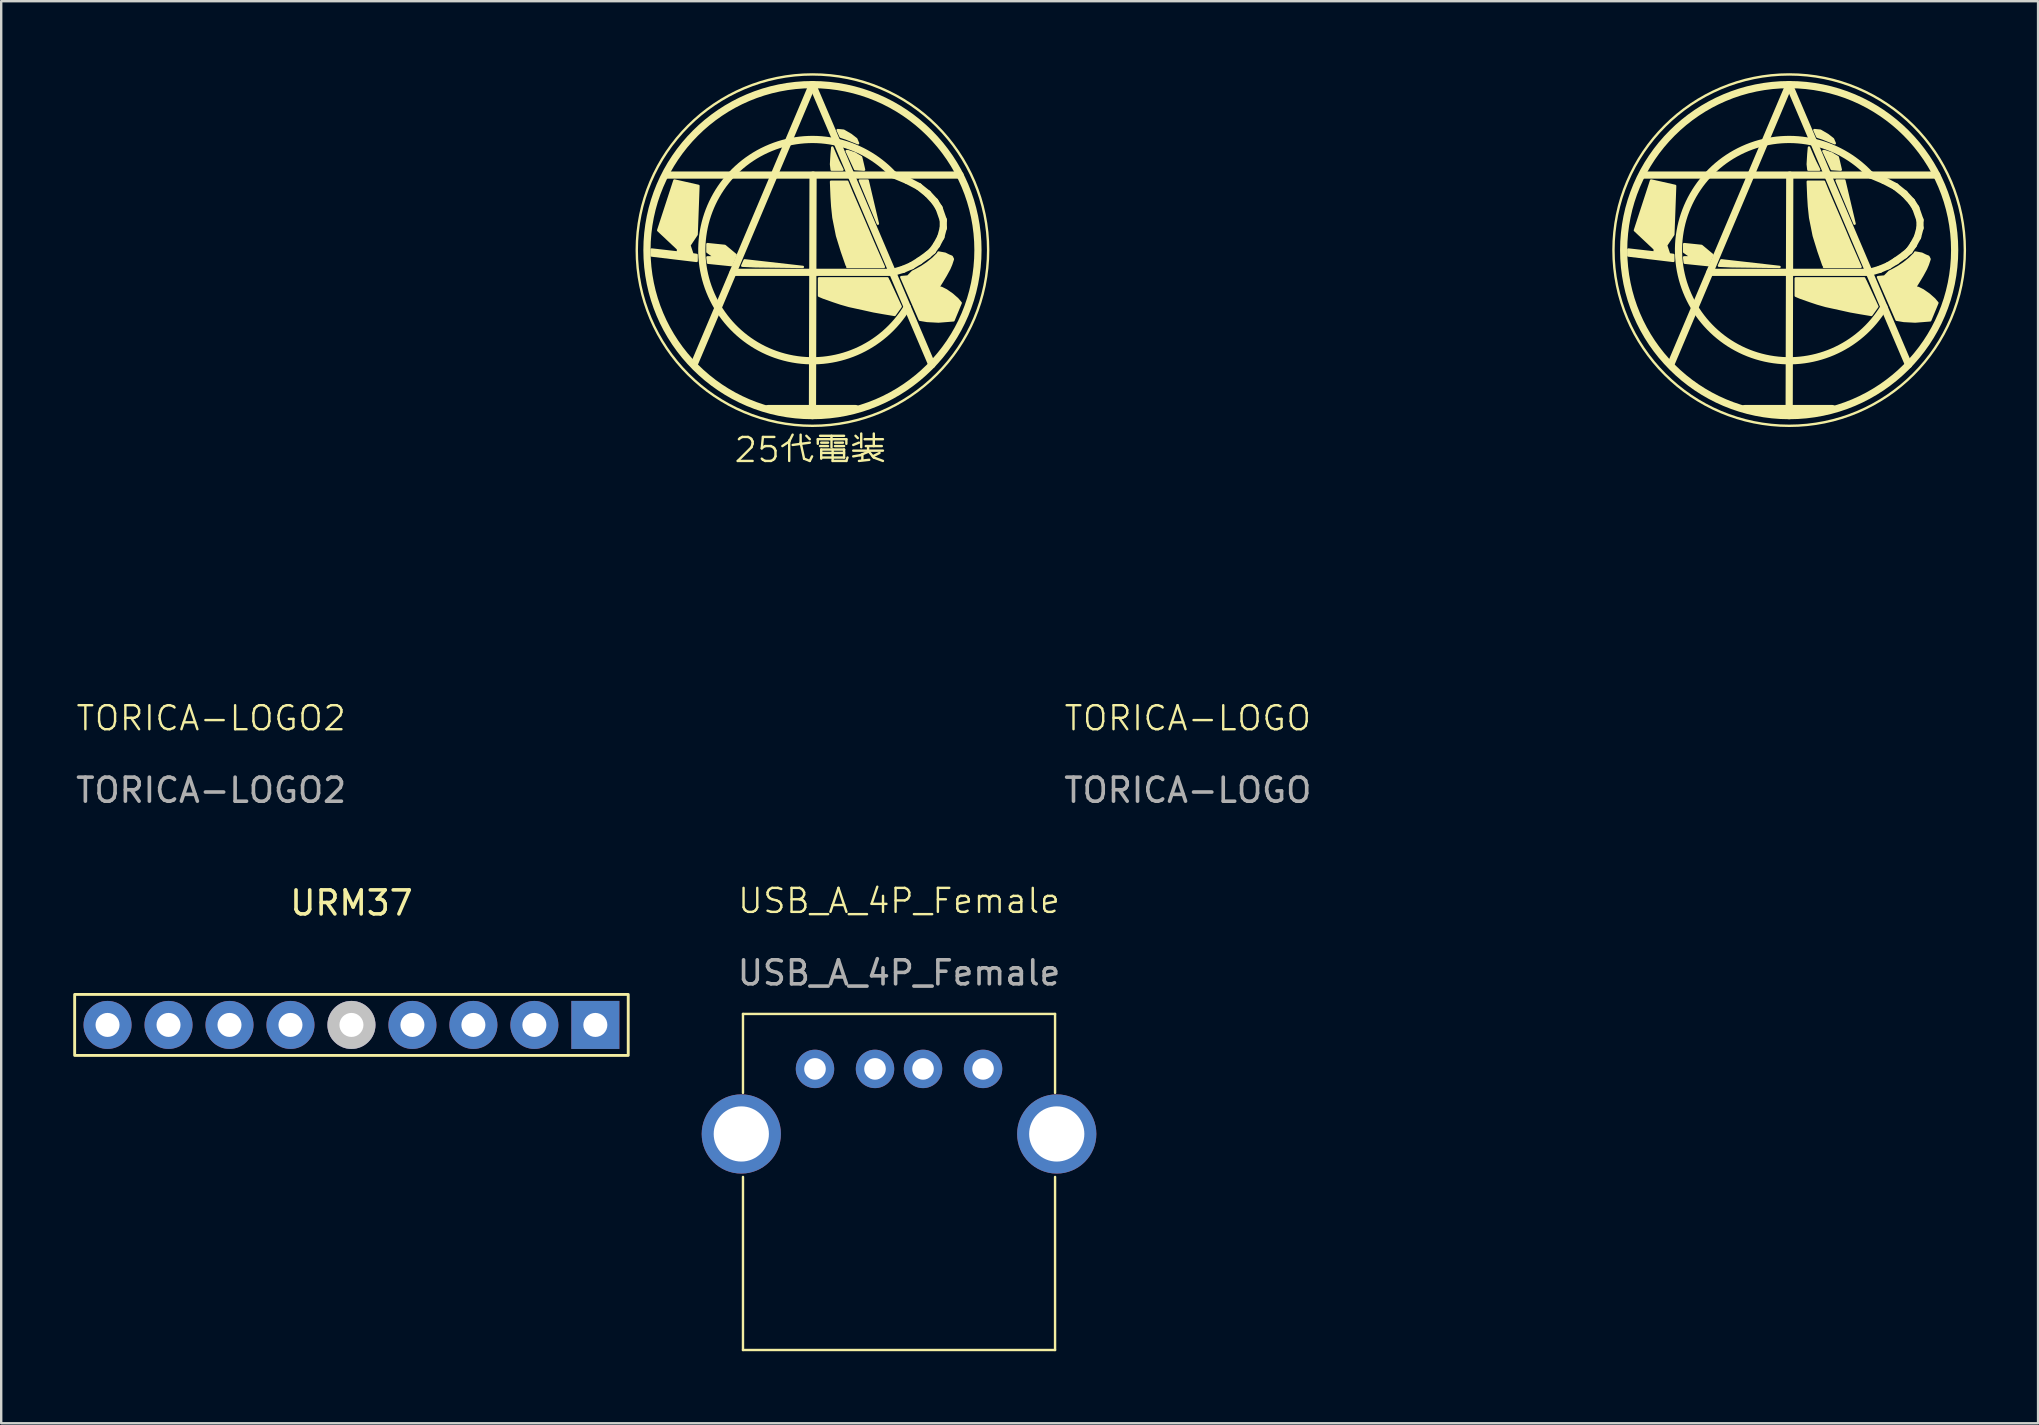
<source format=kicad_pcb>
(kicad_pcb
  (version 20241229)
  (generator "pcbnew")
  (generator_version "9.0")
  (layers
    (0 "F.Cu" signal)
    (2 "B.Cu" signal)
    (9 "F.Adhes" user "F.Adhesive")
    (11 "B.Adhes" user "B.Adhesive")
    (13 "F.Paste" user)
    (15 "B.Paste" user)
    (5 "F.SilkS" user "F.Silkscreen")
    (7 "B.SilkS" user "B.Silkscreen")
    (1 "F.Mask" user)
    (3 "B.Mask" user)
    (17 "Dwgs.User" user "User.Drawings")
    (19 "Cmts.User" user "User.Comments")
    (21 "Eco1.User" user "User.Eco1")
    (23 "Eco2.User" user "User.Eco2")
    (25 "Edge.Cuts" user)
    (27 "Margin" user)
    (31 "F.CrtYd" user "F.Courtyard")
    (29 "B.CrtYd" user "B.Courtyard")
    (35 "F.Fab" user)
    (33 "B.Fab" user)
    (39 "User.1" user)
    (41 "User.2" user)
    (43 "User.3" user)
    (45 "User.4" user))
  (footprint "URM37"
    (layer "F.Cu")
    (at 11.59 39.645)
    (property "Reference" "URM37" (at 0 -5.08 0) (unlocked yes) (layer "F.SilkS") (effects (font (size 1 1) (thickness 0.15))))
    (attr smd)
    (fp_rect (start 11.53 1.27) (end -11.53 -1.27) (stroke (width 0.12) (type solid)) (fill no) (layer "F.SilkS"))
    (pad "1" thru_hole rect (at 10.16 0) (size 2 2) (drill 1) (layers "*.Cu" "*.Mask"))
    (pad "2" thru_hole circle (at 7.62 0) (size 2 2) (drill 1) (layers "*.Cu" "*.Mask"))
    (pad "3" thru_hole circle (at 5.08 0) (size 2 2) (drill 1) (layers "*.Cu" "*.Mask"))
    (pad "4" thru_hole circle (at 2.54 0) (size 2 2) (drill 1) (layers "*.Cu" "*.Mask"))
    (pad "5" thru_hole circle (at 0 0) (size 2 2) (drill 1) (layers "*.Cu" "*.Mask" "Dwgs.User"))
    (pad "6" thru_hole circle (at -2.54 0) (size 2 2) (drill 1) (layers "*.Cu" "*.Mask"))
    (pad "7" thru_hole circle (at -5.08 0) (size 2 2) (drill 1) (layers "*.Cu" "*.Mask"))
    (pad "8" thru_hole circle (at -7.62 0) (size 2 2) (drill 1) (layers "*.Cu" "*.Mask"))
    (pad "9" thru_hole circle (at -10.16 0) (size 2 2) (drill 1) (layers "*.Cu" "*.Mask")))
  (footprint "USB_A_4P_Female"
    (layer "F.Cu")
    (at 34.4 34.977)
    (property "Reference" "USB_A_4P_Female" (at 0 -0.5 0) (unlocked yes) (layer "F.SilkS") (effects (font (size 1 1) (thickness 0.1))))
    (attr through_hole)
    (fp_line (start -6.5 4.21) (end 6.5 4.21) (stroke (width 0.1) (type default)) (layer "F.SilkS"))
    (fp_line (start -6.5 7.5) (end -6.5 4.21) (stroke (width 0.1) (type default)) (layer "F.SilkS"))
    (fp_line (start -6.5 11) (end -6.5 18.21) (stroke (width 0.1) (type default)) (layer "F.SilkS"))
    (fp_line (start -6.5 18.21) (end 6.5 18.21) (stroke (width 0.1) (type default)) (layer "F.SilkS"))
    (fp_line (start 6.5 7.5) (end 6.5 4.21) (stroke (width 0.1) (type default)) (layer "F.SilkS"))
    (fp_line (start 6.5 18.21) (end 6.5 11) (stroke (width 0.1) (type default)) (layer "F.SilkS"))
    (fp_text user "${REFERENCE}" (at 0 2.5 0) (unlocked yes) (layer "F.Fab") (effects (font (size 1 1) (thickness 0.15))))
    (pad "1" thru_hole circle (at -3.5 6.5) (size 1.6 1.6) (drill 0.9) (layers "*.Cu" "*.Mask"))
    (pad "2" thru_hole circle (at -1 6.5) (size 1.6 1.6) (drill 0.9) (layers "*.Cu" "*.Mask"))
    (pad "3" thru_hole circle (at 1 6.5) (size 1.6 1.6) (drill 0.9) (layers "*.Cu" "*.Mask"))
    (pad "4" thru_hole circle (at 3.5 6.5) (size 1.6 1.6) (drill 0.9) (layers "*.Cu" "*.Mask"))
    (pad "5" thru_hole circle (at -6.57 9.21 180) (size 3.3 3.3) (drill 2.3) (layers "*.Cu" "*.Mask"))
    (pad "5" thru_hole circle (at 6.57 9.21 180) (size 3.3 3.3) (drill 2.3) (layers "*.Cu" "*.Mask")))
  (footprint "TORICA-LOGO2"
    (layer "F.Cu")
    (at 5.744 27.369)
    (property "Reference" "TORICA-LOGO2" (at 0 -0.5 0) (unlocked yes) (layer "F.SilkS") (effects (font (size 1 1) (thickness 0.1))))
    (fp_line (start 18.95 -23.125) (end 31.2 -23.125) (stroke (width 0.3) (type default)) (layer "F.SilkS"))
    (fp_line (start 23.2 -13.4) (end 26.85 -13.4) (stroke (width 0.3) (type default)) (layer "F.SilkS"))
    (fp_line (start 25.05 -26.894) (end 20.125 -15.25) (stroke (width 0.3) (type default)) (layer "F.SilkS"))
    (fp_line (start 25.05 -26.894) (end 30.025 -15.225) (stroke (width 0.3) (type default)) (layer "F.SilkS"))
    (fp_line (start 25.075 -23.125) (end 25.05 -13.106) (stroke (width 0.3) (type default)) (layer "F.SilkS"))
    (fp_line (start 28.4 -19.075) (end 21.75 -19.075) (stroke (width 0.3) (type default)) (layer "F.SilkS"))
    (fp_line (start 28.42 -23.144) (end 29 -22.9) (stroke (width 0.3) (type default)) (layer "F.SilkS"))
    (fp_line (start 28.825 -19.2) (end 28.4 -19.075) (stroke (width 0.3) (type default)) (layer "F.SilkS"))
    (fp_line (start 29 -22.9) (end 29.475 -22.65) (stroke (width 0.3) (type default)) (layer "F.SilkS"))
    (fp_line (start 29.175 -19.35) (end 28.825 -19.2) (stroke (width 0.3) (type default)) (layer "F.SilkS"))
    (fp_line (start 29.475 -22.65) (end 29.85 -22.35) (stroke (width 0.3) (type default)) (layer "F.SilkS"))
    (fp_line (start 29.5 -19.55) (end 29.175 -19.35) (stroke (width 0.3) (type default)) (layer "F.SilkS"))
    (fp_line (start 29.85 -22.35) (end 30.15 -22.025) (stroke (width 0.3) (type default)) (layer "F.SilkS"))
    (fp_line (start 29.85 -19.8) (end 29.5 -19.55) (stroke (width 0.3) (type default)) (layer "F.SilkS"))
    (fp_line (start 30.05 -19.975) (end 29.85 -19.8) (stroke (width 0.3) (type default)) (layer "F.SilkS"))
    (fp_line (start 30.15 -22.025) (end 30.325 -21.75) (stroke (width 0.3) (type default)) (layer "F.SilkS"))
    (fp_line (start 30.225 -20.225) (end 30.05 -19.975) (stroke (width 0.3) (type default)) (layer "F.SilkS"))
    (fp_line (start 30.325 -21.75) (end 30.5 -21.25) (stroke (width 0.3) (type default)) (layer "F.SilkS"))
    (fp_line (start 30.4 -20.55) (end 30.225 -20.225) (stroke (width 0.3) (type default)) (layer "F.SilkS"))
    (fp_line (start 30.5 -21.25) (end 30.5 -20.925) (stroke (width 0.3) (type default)) (layer "F.SilkS"))
    (fp_line (start 30.5 -20.925) (end 30.4 -20.55) (stroke (width 0.3) (type default)) (layer "F.SilkS"))
    (fp_arc (start 29 -17.625) (mid 20.466192 -19.518513) (end 28.420289 -23.143926) (stroke (width 0.3) (type default)) (layer "F.SilkS"))
    (fp_circle (center 25.05 -20) (end 30.225 -14.825) (stroke (width 0.1) (type default)) (fill no) (layer "F.SilkS"))
    (fp_circle (center 25.05 -20) (end 31.944 -20) (stroke (width 0.3) (type default)) (fill no) (layer "F.SilkS"))
    (fp_poly (pts (xy 27.025 -22.9) (xy 27.35 -22.9) (xy 27.775 -21.1)) (stroke (width 0.1) (type solid)) (fill yes) (layer "F.SilkS"))
    (fp_poly (pts (xy 22.225 -19.575) (xy 22.125 -19.35) (xy 22.675 -19.325) (xy 24.65 -19.3)) (stroke (width 0.1) (type solid)) (fill yes) (layer "F.SilkS"))
    (fp_poly (pts (xy 25.85 -23.35) (xy 26.3 -23.35) (xy 26.125 -23.7) (xy 26.025 -23.925) (xy 25.875 -24.275) (xy 25.85 -24) (xy 25.825 -23.575)) (stroke (width 0.1) (type solid)) (fill yes) (layer "F.SilkS"))
    (fp_poly (pts (xy 26.1 -25) (xy 26.225 -24.725) (xy 26.45 -24.65) (xy 26.95 -24.45) (xy 26.875 -24.625) (xy 26.65 -24.8) (xy 26.35 -24.975)) (stroke (width 0.1) (type solid)) (fill yes) (layer "F.SilkS"))
    (fp_poly (pts (xy 20.675 -20.25) (xy 20.675 -19.925) (xy 21 -19.7) (xy 20.675 -19.7) (xy 20.7 -19.475) (xy 21.675 -19.375) (xy 21.85 -19.8) (xy 21.4 -20.175)) (stroke (width 0.1) (type solid)) (fill yes) (layer "F.SilkS"))
    (fp_poly (pts (xy 26.525 -24.025) (xy 26.825 -23.375) (xy 27.2 -23.35) (xy 27.1 -23.775) (xy 27.075 -23.875) (xy 26.9 -23.975) (xy 26.825 -24.025) (xy 26.675 -24.075) (xy 26.525 -24.125) (xy 26.475 -24.125)) (stroke (width 0.1) (type solid)) (fill yes) (layer "F.SilkS"))
    (fp_poly (pts (xy 20.225 -19.8) (xy 20.225 -19.55) (xy 18.35 -19.775) (xy 18.35 -20.025) (xy 19.45 -19.9) (xy 19.45 -20.05) (xy 18.625 -20.825) (xy 19.3 -22.9) (xy 20.3 -22.675) (xy 20.225 -20.65) (xy 19.925 -20.2) (xy 20.05 -19.825)) (stroke (width 0.1) (type solid)) (fill yes) (layer "F.SilkS"))
    (fp_poly (pts (xy 28.225 -18.725) (xy 28.725 -17.65) (xy 28.475 -17.3) (xy 28.025 -17.375) (xy 27.6 -17.45) (xy 27.15 -17.55) (xy 26.575 -17.675) (xy 26.225 -17.775) (xy 25.925 -17.875) (xy 25.5 -18.025) (xy 25.325 -18.1) (xy 25.325 -18.825) (xy 28.175 -18.825) (xy 28.275 -18.6)) (stroke (width 0.1) (type solid)) (fill yes) (layer "F.SilkS"))
    (fp_poly (pts (xy 26.5 -19.3) (xy 28.025 -19.3) (xy 27.575 -20.325) (xy 27.375 -20.8) (xy 27.075 -21.5) (xy 26.675 -22.425) (xy 26.5 -22.85) (xy 25.825 -22.85) (xy 25.85 -22.225) (xy 25.875 -21.825) (xy 25.925 -21.35) (xy 26.075 -20.6) (xy 26.275 -19.95) (xy 26.475 -19.375) (xy 26.55 -19.35)) (stroke (width 0.1) (type solid)) (fill yes) (layer "F.SilkS"))
    (fp_poly (pts (xy 31.225 -17.8) (xy 30.925 -17.075) (xy 30.3 -17.025) (xy 29.825 -17.05) (xy 29.525 -17.1) (xy 28.75 -18.875) (xy 29.025 -18.9) (xy 29.225 -19.1) (xy 29.375 -19.175) (xy 29.6 -19.3) (xy 29.825 -19.45) (xy 30.075 -19.65) (xy 30.275 -19.85) (xy 30.3 -19.9) (xy 30.575 -19.85) (xy 30.725 -19.775) (xy 30.85 -19.725) (xy 30.9 -19.625) (xy 30.825 -19.4) (xy 30.75 -19.225) (xy 30.6 -18.95) (xy 30.45 -18.7) (xy 30.325 -18.5) (xy 30.275 -18.45) (xy 30.425 -18.425) (xy 30.625 -18.325) (xy 30.875 -18.15) (xy 31.1 -17.95)) (stroke (width 0.1) (type solid)) (fill yes) (layer "F.SilkS"))
    (fp_text user "25代電装" (at 21.73 -11.09 0) (unlocked yes) (layer "F.SilkS") (effects (font (size 1 1) (thickness 0.1)) (justify left bottom)))
    (fp_text user "${REFERENCE}" (at 0 2.5 0) (unlocked yes) (layer "F.Fab") (effects (font (size 1 1) (thickness 0.15)))))
  (footprint "TORICA-LOGO"
    (layer "F.Cu")
    (at 46.43 27.369)
    (property "Reference" "TORICA-LOGO" (at 0 -0.5 0) (unlocked yes) (layer "F.SilkS") (effects (font (size 1 1) (thickness 0.1))))
    (fp_line (start 18.95 -23.125) (end 31.2 -23.125) (stroke (width 0.3) (type default)) (layer "F.SilkS"))
    (fp_line (start 23.2 -13.4) (end 26.85 -13.4) (stroke (width 0.3) (type default)) (layer "F.SilkS"))
    (fp_line (start 25.05 -26.894) (end 20.125 -15.25) (stroke (width 0.3) (type default)) (layer "F.SilkS"))
    (fp_line (start 25.05 -26.894) (end 30.025 -15.225) (stroke (width 0.3) (type default)) (layer "F.SilkS"))
    (fp_line (start 25.075 -23.125) (end 25.05 -13.106) (stroke (width 0.3) (type default)) (layer "F.SilkS"))
    (fp_line (start 28.4 -19.075) (end 21.75 -19.075) (stroke (width 0.3) (type default)) (layer "F.SilkS"))
    (fp_line (start 28.42 -23.144) (end 29 -22.9) (stroke (width 0.3) (type default)) (layer "F.SilkS"))
    (fp_line (start 28.825 -19.2) (end 28.4 -19.075) (stroke (width 0.3) (type default)) (layer "F.SilkS"))
    (fp_line (start 29 -22.9) (end 29.475 -22.65) (stroke (width 0.3) (type default)) (layer "F.SilkS"))
    (fp_line (start 29.175 -19.35) (end 28.825 -19.2) (stroke (width 0.3) (type default)) (layer "F.SilkS"))
    (fp_line (start 29.475 -22.65) (end 29.85 -22.35) (stroke (width 0.3) (type default)) (layer "F.SilkS"))
    (fp_line (start 29.5 -19.55) (end 29.175 -19.35) (stroke (width 0.3) (type default)) (layer "F.SilkS"))
    (fp_line (start 29.85 -22.35) (end 30.15 -22.025) (stroke (width 0.3) (type default)) (layer "F.SilkS"))
    (fp_line (start 29.85 -19.8) (end 29.5 -19.55) (stroke (width 0.3) (type default)) (layer "F.SilkS"))
    (fp_line (start 30.05 -19.975) (end 29.85 -19.8) (stroke (width 0.3) (type default)) (layer "F.SilkS"))
    (fp_line (start 30.15 -22.025) (end 30.325 -21.75) (stroke (width 0.3) (type default)) (layer "F.SilkS"))
    (fp_line (start 30.225 -20.225) (end 30.05 -19.975) (stroke (width 0.3) (type default)) (layer "F.SilkS"))
    (fp_line (start 30.325 -21.75) (end 30.5 -21.25) (stroke (width 0.3) (type default)) (layer "F.SilkS"))
    (fp_line (start 30.4 -20.55) (end 30.225 -20.225) (stroke (width 0.3) (type default)) (layer "F.SilkS"))
    (fp_line (start 30.5 -21.25) (end 30.5 -20.925) (stroke (width 0.3) (type default)) (layer "F.SilkS"))
    (fp_line (start 30.5 -20.925) (end 30.4 -20.55) (stroke (width 0.3) (type default)) (layer "F.SilkS"))
    (fp_arc (start 29 -17.625) (mid 20.466192 -19.518513) (end 28.420289 -23.143926) (stroke (width 0.3) (type default)) (layer "F.SilkS"))
    (fp_circle (center 25.05 -20) (end 30.225 -14.825) (stroke (width 0.1) (type default)) (fill no) (layer "F.SilkS"))
    (fp_circle (center 25.05 -20) (end 31.944 -20) (stroke (width 0.3) (type default)) (fill no) (layer "F.SilkS"))
    (fp_poly (pts (xy 27.025 -22.9) (xy 27.35 -22.9) (xy 27.775 -21.1)) (stroke (width 0.1) (type solid)) (fill yes) (layer "F.SilkS"))
    (fp_poly (pts (xy 22.225 -19.575) (xy 22.125 -19.35) (xy 22.675 -19.325) (xy 24.65 -19.3)) (stroke (width 0.1) (type solid)) (fill yes) (layer "F.SilkS"))
    (fp_poly (pts (xy 25.85 -23.35) (xy 26.3 -23.35) (xy 26.125 -23.7) (xy 26.025 -23.925) (xy 25.875 -24.275) (xy 25.85 -24) (xy 25.825 -23.575)) (stroke (width 0.1) (type solid)) (fill yes) (layer "F.SilkS"))
    (fp_poly (pts (xy 26.1 -25) (xy 26.225 -24.725) (xy 26.45 -24.65) (xy 26.95 -24.45) (xy 26.875 -24.625) (xy 26.65 -24.8) (xy 26.35 -24.975)) (stroke (width 0.1) (type solid)) (fill yes) (layer "F.SilkS"))
    (fp_poly (pts (xy 20.675 -20.25) (xy 20.675 -19.925) (xy 21 -19.7) (xy 20.675 -19.7) (xy 20.7 -19.475) (xy 21.675 -19.375) (xy 21.85 -19.8) (xy 21.4 -20.175)) (stroke (width 0.1) (type solid)) (fill yes) (layer "F.SilkS"))
    (fp_poly (pts (xy 26.525 -24.025) (xy 26.825 -23.375) (xy 27.2 -23.35) (xy 27.1 -23.775) (xy 27.075 -23.875) (xy 26.9 -23.975) (xy 26.825 -24.025) (xy 26.675 -24.075) (xy 26.525 -24.125) (xy 26.475 -24.125)) (stroke (width 0.1) (type solid)) (fill yes) (layer "F.SilkS"))
    (fp_poly (pts (xy 20.225 -19.8) (xy 20.225 -19.55) (xy 18.35 -19.775) (xy 18.35 -20.025) (xy 19.45 -19.9) (xy 19.45 -20.05) (xy 18.625 -20.825) (xy 19.3 -22.9) (xy 20.3 -22.675) (xy 20.225 -20.65) (xy 19.925 -20.2) (xy 20.05 -19.825)) (stroke (width 0.1) (type solid)) (fill yes) (layer "F.SilkS"))
    (fp_poly (pts (xy 28.225 -18.725) (xy 28.725 -17.65) (xy 28.475 -17.3) (xy 28.025 -17.375) (xy 27.6 -17.45) (xy 27.15 -17.55) (xy 26.575 -17.675) (xy 26.225 -17.775) (xy 25.925 -17.875) (xy 25.5 -18.025) (xy 25.325 -18.1) (xy 25.325 -18.825) (xy 28.175 -18.825) (xy 28.275 -18.6)) (stroke (width 0.1) (type solid)) (fill yes) (layer "F.SilkS"))
    (fp_poly (pts (xy 26.5 -19.3) (xy 28.025 -19.3) (xy 27.575 -20.325) (xy 27.375 -20.8) (xy 27.075 -21.5) (xy 26.675 -22.425) (xy 26.5 -22.85) (xy 25.825 -22.85) (xy 25.85 -22.225) (xy 25.875 -21.825) (xy 25.925 -21.35) (xy 26.075 -20.6) (xy 26.275 -19.95) (xy 26.475 -19.375) (xy 26.55 -19.35)) (stroke (width 0.1) (type solid)) (fill yes) (layer "F.SilkS"))
    (fp_poly (pts (xy 31.225 -17.8) (xy 30.925 -17.075) (xy 30.3 -17.025) (xy 29.825 -17.05) (xy 29.525 -17.1) (xy 28.75 -18.875) (xy 29.025 -18.9) (xy 29.225 -19.1) (xy 29.375 -19.175) (xy 29.6 -19.3) (xy 29.825 -19.45) (xy 30.075 -19.65) (xy 30.275 -19.85) (xy 30.3 -19.9) (xy 30.575 -19.85) (xy 30.725 -19.775) (xy 30.85 -19.725) (xy 30.9 -19.625) (xy 30.825 -19.4) (xy 30.75 -19.225) (xy 30.6 -18.95) (xy 30.45 -18.7) (xy 30.325 -18.5) (xy 30.275 -18.45) (xy 30.425 -18.425) (xy 30.625 -18.325) (xy 30.875 -18.15) (xy 31.1 -17.95)) (stroke (width 0.1) (type solid)) (fill yes) (layer "F.SilkS"))
    (fp_text user "${REFERENCE}" (at 0 2.5 0) (unlocked yes) (layer "F.Fab") (effects (font (size 1 1) (thickness 0.15)))))
  (gr_rect
    (start -3 -3)
    (end 81.849 56.237)
    (stroke (width 0.1) (type default))
    (fill no)
    (layer "Edge.Cuts")))
</source>
